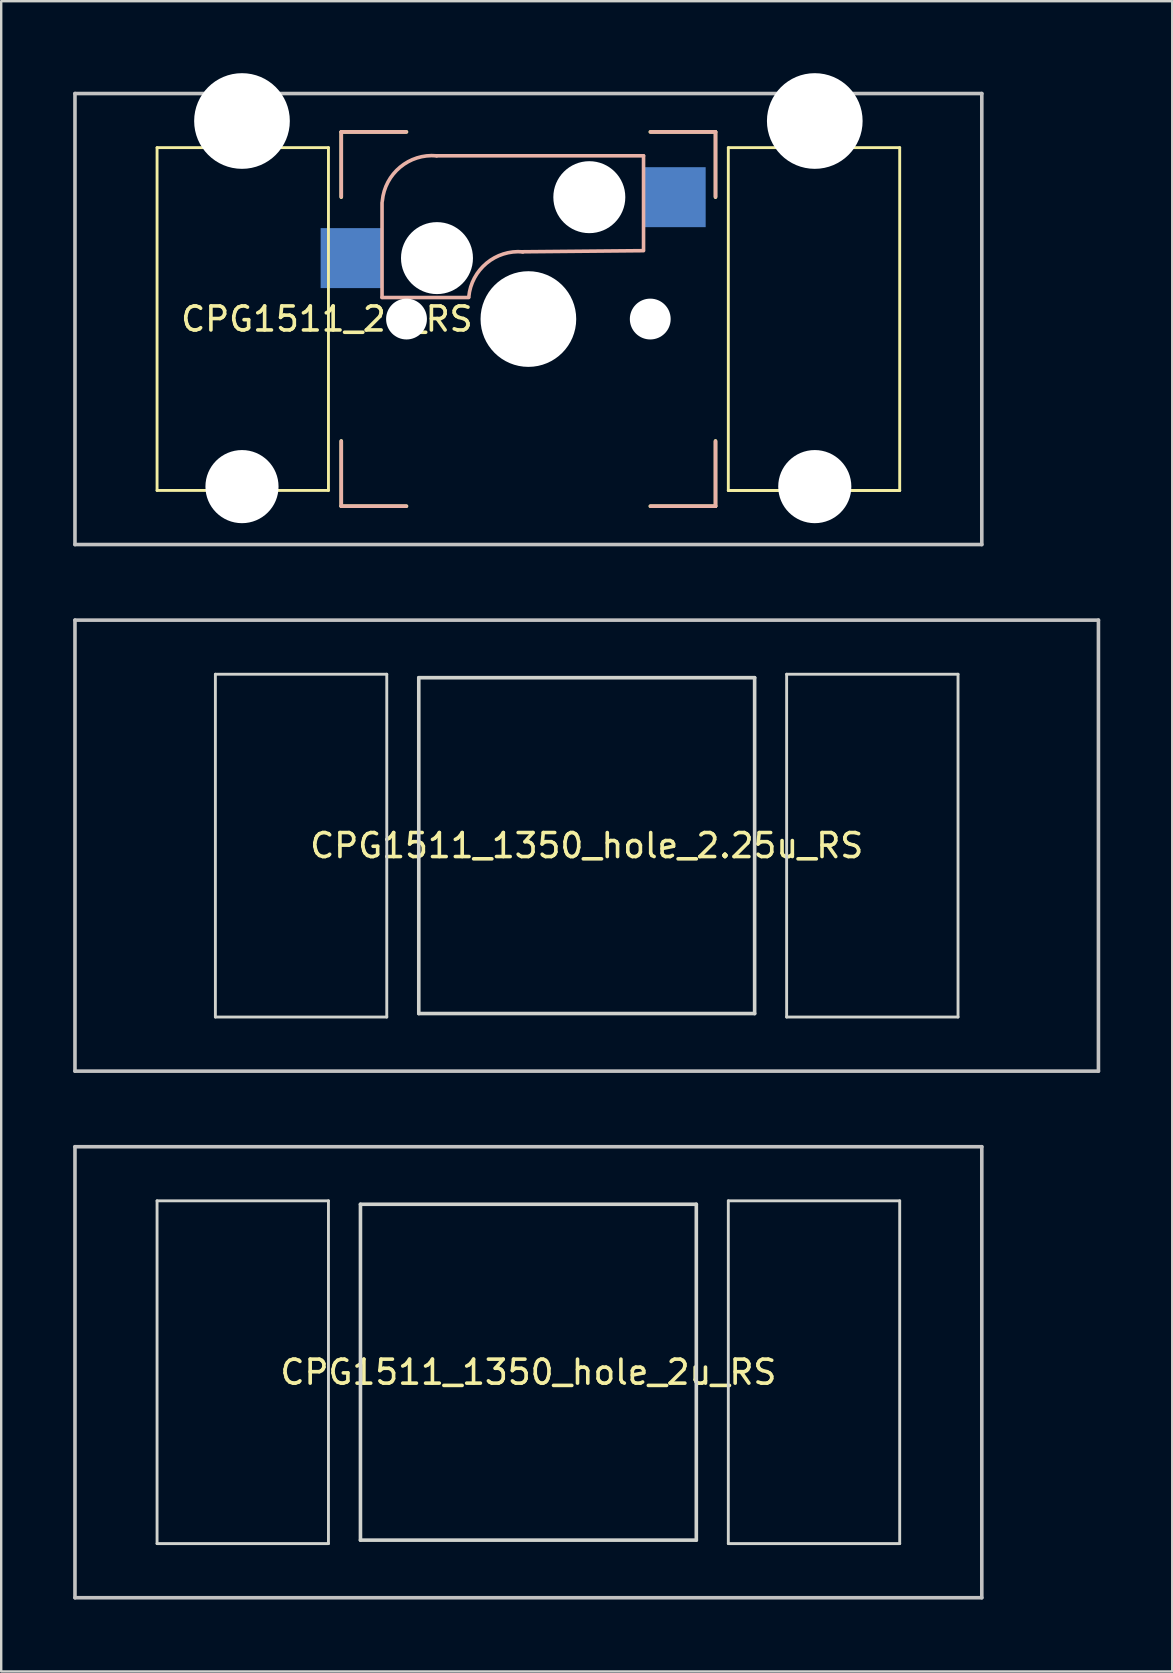
<source format=kicad_pcb>
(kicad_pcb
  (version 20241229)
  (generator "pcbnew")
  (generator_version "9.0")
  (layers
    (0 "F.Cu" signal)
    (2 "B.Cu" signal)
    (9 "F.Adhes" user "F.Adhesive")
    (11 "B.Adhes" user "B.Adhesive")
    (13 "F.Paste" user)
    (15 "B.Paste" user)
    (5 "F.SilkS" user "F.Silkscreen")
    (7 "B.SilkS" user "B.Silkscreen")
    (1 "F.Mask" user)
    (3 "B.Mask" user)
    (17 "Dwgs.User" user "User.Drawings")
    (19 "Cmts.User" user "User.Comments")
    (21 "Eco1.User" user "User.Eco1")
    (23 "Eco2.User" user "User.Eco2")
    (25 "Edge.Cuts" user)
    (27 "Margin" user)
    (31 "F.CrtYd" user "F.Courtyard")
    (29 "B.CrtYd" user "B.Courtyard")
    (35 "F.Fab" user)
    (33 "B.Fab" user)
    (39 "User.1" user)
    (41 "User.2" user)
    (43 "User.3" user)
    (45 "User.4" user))
  (footprint "CPG1511_1350_hole_2u_RS"
    (layer "F.Cu")
    (at 18.975 54.149)
    (property "Reference" "CPG1511_1350_hole_2u_RS" (at 0 0 180) (layer "F.SilkS") (effects (font (size 1 1) (thickness 0.15))))
    (attr through_hole)
    (fp_line (start -18.9 -9.4) (end 18.9 -9.4) (stroke (width 0.15) (type solid)) (layer "Dwgs.User"))
    (fp_line (start -18.9 9.4) (end -18.9 -9.4) (stroke (width 0.15) (type solid)) (layer "Dwgs.User"))
    (fp_line (start 18.9 -9.4) (end 18.9 9.4) (stroke (width 0.15) (type solid)) (layer "Dwgs.User"))
    (fp_line (start 18.9 9.4) (end -18.9 9.4) (stroke (width 0.15) (type solid)) (layer "Dwgs.User"))
    (fp_line (start -15.478 -7.144) (end -15.478 7.144) (stroke (width 0.12) (type solid)) (layer "Edge.Cuts"))
    (fp_line (start -15.478 7.144) (end -8.334 7.144) (stroke (width 0.12) (type solid)) (layer "Edge.Cuts"))
    (fp_line (start -8.334 -7.144) (end -15.478 -7.144) (stroke (width 0.12) (type solid)) (layer "Edge.Cuts"))
    (fp_line (start -8.334 7.144) (end -8.334 -7.144) (stroke (width 0.12) (type solid)) (layer "Edge.Cuts"))
    (fp_line (start -7 7) (end -7 -7) (stroke (width 0.15) (type solid)) (layer "Edge.Cuts"))
    (fp_line (start -7 7) (end 7 7) (stroke (width 0.15) (type solid)) (layer "Edge.Cuts"))
    (fp_line (start 7 -7) (end -7 -7) (stroke (width 0.15) (type solid)) (layer "Edge.Cuts"))
    (fp_line (start 7 -7) (end 7 7) (stroke (width 0.15) (type solid)) (layer "Edge.Cuts"))
    (fp_line (start 8.334 -7.144) (end 15.478 -7.144) (stroke (width 0.12) (type solid)) (layer "Edge.Cuts"))
    (fp_line (start 8.334 7.144) (end 8.334 -7.144) (stroke (width 0.12) (type solid)) (layer "Edge.Cuts"))
    (fp_line (start 15.478 -7.144) (end 15.478 7.144) (stroke (width 0.12) (type solid)) (layer "Edge.Cuts"))
    (fp_line (start 15.478 7.144) (end 8.334 7.144) (stroke (width 0.12) (type solid)) (layer "Edge.Cuts")))
  (footprint "CPG1511_1350_hole_2.25u_RS"
    (layer "F.Cu")
    (at 21.406 32.199)
    (property "Reference" "CPG1511_1350_hole_2.25u_RS" (at 0 0 180) (layer "F.SilkS") (effects (font (size 1 1) (thickness 0.15))))
    (attr through_hole)
    (fp_line (start -21.331 -9.4) (end 21.331 -9.4) (stroke (width 0.15) (type solid)) (layer "Dwgs.User"))
    (fp_line (start -21.331 9.4) (end -21.331 -9.4) (stroke (width 0.15) (type solid)) (layer "Dwgs.User"))
    (fp_line (start 21.331 -9.4) (end 21.331 9.4) (stroke (width 0.15) (type solid)) (layer "Dwgs.User"))
    (fp_line (start 21.331 9.4) (end -21.331 9.4) (stroke (width 0.15) (type solid)) (layer "Dwgs.User"))
    (fp_line (start -15.478 -7.144) (end -15.478 7.144) (stroke (width 0.12) (type solid)) (layer "Edge.Cuts"))
    (fp_line (start -15.478 7.144) (end -8.334 7.144) (stroke (width 0.12) (type solid)) (layer "Edge.Cuts"))
    (fp_line (start -8.334 -7.144) (end -15.478 -7.144) (stroke (width 0.12) (type solid)) (layer "Edge.Cuts"))
    (fp_line (start -8.334 7.144) (end -8.334 -7.144) (stroke (width 0.12) (type solid)) (layer "Edge.Cuts"))
    (fp_line (start -7 7) (end -7 -7) (stroke (width 0.15) (type solid)) (layer "Edge.Cuts"))
    (fp_line (start -7 7) (end 7 7) (stroke (width 0.15) (type solid)) (layer "Edge.Cuts"))
    (fp_line (start 7 -7) (end -7 -7) (stroke (width 0.15) (type solid)) (layer "Edge.Cuts"))
    (fp_line (start 7 -7) (end 7 7) (stroke (width 0.15) (type solid)) (layer "Edge.Cuts"))
    (fp_line (start 8.334 -7.144) (end 15.478 -7.144) (stroke (width 0.12) (type solid)) (layer "Edge.Cuts"))
    (fp_line (start 8.334 7.144) (end 8.334 -7.144) (stroke (width 0.12) (type solid)) (layer "Edge.Cuts"))
    (fp_line (start 15.478 -7.144) (end 15.478 7.144) (stroke (width 0.12) (type solid)) (layer "Edge.Cuts"))
    (fp_line (start 15.478 7.144) (end 8.334 7.144) (stroke (width 0.12) (type solid)) (layer "Edge.Cuts")))
  (footprint "CPG1511_2u_RS"
    (layer "F.Cu")
    (at 18.975 10.249)
    (property "Reference" "CPG1511_2u_RS" (at -8.4 0 180) (layer "F.SilkS") (effects (font (size 1 1) (thickness 0.15))))
    (attr through_hole)
    (fp_line (start -15.478 -7.144) (end -15.478 7.144) (stroke (width 0.12) (type solid)) (layer "F.SilkS"))
    (fp_line (start -15.478 7.144) (end -8.334 7.144) (stroke (width 0.12) (type solid)) (layer "F.SilkS"))
    (fp_line (start -8.334 -7.144) (end -15.478 -7.144) (stroke (width 0.12) (type solid)) (layer "F.SilkS"))
    (fp_line (start -8.334 7.144) (end -8.334 -7.144) (stroke (width 0.12) (type solid)) (layer "F.SilkS"))
    (fp_line (start -7.8 -7.8) (end -5.08 -7.8) (stroke (width 0.15) (type solid)) (layer "F.SilkS"))
    (fp_line (start -7.8 -5.08) (end -7.8 -7.8) (stroke (width 0.15) (type solid)) (layer "F.SilkS"))
    (fp_line (start -7.8 5.08) (end -7.8 7.8) (stroke (width 0.15) (type solid)) (layer "F.SilkS"))
    (fp_line (start -7.8 7.8) (end -5.08 7.8) (stroke (width 0.15) (type solid)) (layer "F.SilkS"))
    (fp_line (start 5.08 7.8) (end 7.8 7.8) (stroke (width 0.15) (type solid)) (layer "F.SilkS"))
    (fp_line (start 7.8 -7.8) (end 5.08 -7.8) (stroke (width 0.15) (type solid)) (layer "F.SilkS"))
    (fp_line (start 7.8 -5.08) (end 7.8 -7.8) (stroke (width 0.15) (type solid)) (layer "F.SilkS"))
    (fp_line (start 7.8 7.8) (end 7.8 5.08) (stroke (width 0.15) (type solid)) (layer "F.SilkS"))
    (fp_line (start 8.334 -7.144) (end 15.478 -7.144) (stroke (width 0.12) (type solid)) (layer "F.SilkS"))
    (fp_line (start 8.334 7.144) (end 8.334 -7.144) (stroke (width 0.12) (type solid)) (layer "F.SilkS"))
    (fp_line (start 8.334 7.144) (end 15.478 7.144) (stroke (width 0.12) (type solid)) (layer "F.SilkS"))
    (fp_line (start 15.478 -7.144) (end 15.478 7.144) (stroke (width 0.12) (type solid)) (layer "F.SilkS"))
    (fp_line (start 15.478 7.144) (end 8.334 7.144) (stroke (width 0.12) (type solid)) (layer "F.SilkS"))
    (fp_line (start -7.8 -7.8) (end -5.1 -7.8) (stroke (width 0.15) (type solid)) (layer "B.SilkS"))
    (fp_line (start -7.8 -5.1) (end -7.8 -7.8) (stroke (width 0.15) (type solid)) (layer "B.SilkS"))
    (fp_line (start -7.8 7.8) (end -7.8 5.1) (stroke (width 0.15) (type solid)) (layer "B.SilkS"))
    (fp_line (start -6.1 -4.85) (end -6.1 -0.905) (stroke (width 0.15) (type solid)) (layer "B.SilkS"))
    (fp_line (start -6.1 -0.896) (end -2.49 -0.896) (stroke (width 0.15) (type solid)) (layer "B.SilkS"))
    (fp_line (start -5.1 7.8) (end -7.8 7.8) (stroke (width 0.15) (type solid)) (layer "B.SilkS"))
    (fp_line (start 4.8 -6.804) (end -3.825 -6.804) (stroke (width 0.15) (type solid)) (layer "B.SilkS"))
    (fp_line (start 4.8 -2.896) (end 4.8 -6.804) (stroke (width 0.15) (type solid)) (layer "B.SilkS"))
    (fp_line (start 4.8 -2.85) (end -0.25 -2.804) (stroke (width 0.15) (type solid)) (layer "B.SilkS"))
    (fp_line (start 5.1 -7.8) (end 7.8 -7.8) (stroke (width 0.15) (type solid)) (layer "B.SilkS"))
    (fp_line (start 7.8 -7.8) (end 7.8 -5.1) (stroke (width 0.15) (type solid)) (layer "B.SilkS"))
    (fp_line (start 7.8 5.1) (end 7.8 7.8) (stroke (width 0.15) (type solid)) (layer "B.SilkS"))
    (fp_line (start 7.8 7.8) (end 5.1 7.8) (stroke (width 0.15) (type solid)) (layer "B.SilkS"))
    (fp_arc (start -6.089 -4.92) (mid -5.347189 -6.33089) (end -3.825 -6.804) (stroke (width 0.15) (type solid)) (layer "B.SilkS"))
    (fp_arc (start -2.484999 -0.920001) (mid -1.74436 -2.328062) (end -0.225 -2.8) (stroke (width 0.15) (type solid)) (layer "B.SilkS"))
    (fp_line (start -18.9 -9.4) (end 18.9 -9.4) (stroke (width 0.15) (type solid)) (layer "Dwgs.User"))
    (fp_line (start -18.9 9.4) (end -18.9 -9.4) (stroke (width 0.15) (type solid)) (layer "Dwgs.User"))
    (fp_line (start 18.9 -9.4) (end 18.9 9.4) (stroke (width 0.15) (type solid)) (layer "Dwgs.User"))
    (fp_line (start 18.9 9.4) (end -18.9 9.4) (stroke (width 0.15) (type solid)) (layer "Dwgs.User"))
    (fp_line (start -7 7) (end -7 -7) (stroke (width 0.15) (type solid)) (layer "Eco2.User"))
    (fp_line (start -7 7) (end 7 7) (stroke (width 0.15) (type solid)) (layer "Eco2.User"))
    (fp_line (start 7 -7) (end -7 -7) (stroke (width 0.15) (type solid)) (layer "Eco2.User"))
    (fp_line (start 7 -7) (end 7 7) (stroke (width 0.15) (type solid)) (layer "Eco2.User"))
    (pad "" np_thru_hole circle (at -11.938 -8.255) (size 3.988 3.988) (drill 3.988) (layers "*.Cu" "*.Mask"))
    (pad "" np_thru_hole circle (at -11.938 6.985) (size 3.048 3.048) (drill 3.048) (layers "*.Cu" "*.Mask"))
    (pad "" np_thru_hole circle (at -5.08 0) (size 1.702 1.702) (drill 1.702) (layers "*.Cu" "*.Mask"))
    (pad "" np_thru_hole circle (at -3.81 -2.54) (size 3 3) (drill 3) (layers "*.Cu" "*.Mask"))
    (pad "" np_thru_hole circle (at 0 0) (size 3.988 3.988) (drill 3.988) (layers "*.Cu" "*.Mask"))
    (pad "" np_thru_hole circle (at 2.54 -5.08) (size 3 3) (drill 3) (layers "*.Cu" "*.Mask"))
    (pad "" np_thru_hole circle (at 5.08 0) (size 1.702 1.702) (drill 1.702) (layers "*.Cu" "*.Mask"))
    (pad "" np_thru_hole circle (at 11.938 -8.255) (size 3.988 3.988) (drill 3.988) (layers "*.Cu" "*.Mask"))
    (pad "" np_thru_hole circle (at 11.938 6.985) (size 3.048 3.048) (drill 3.048) (layers "*.Cu" "*.Mask"))
    (pad "1" smd rect (at -7.385 -2.54) (size 2.55 2.5) (layers "B.Cu" "B.Mask" "B.Paste"))
    (pad "2" smd rect (at 6.115 -5.08 180) (size 2.55 2.5) (layers "B.Cu" "B.Mask" "B.Paste")))
  (gr_rect
    (start -3 -3)
    (end 45.812 66.624)
    (stroke (width 0.1) (type default))
    (fill no)
    (layer "Edge.Cuts")))
</source>
